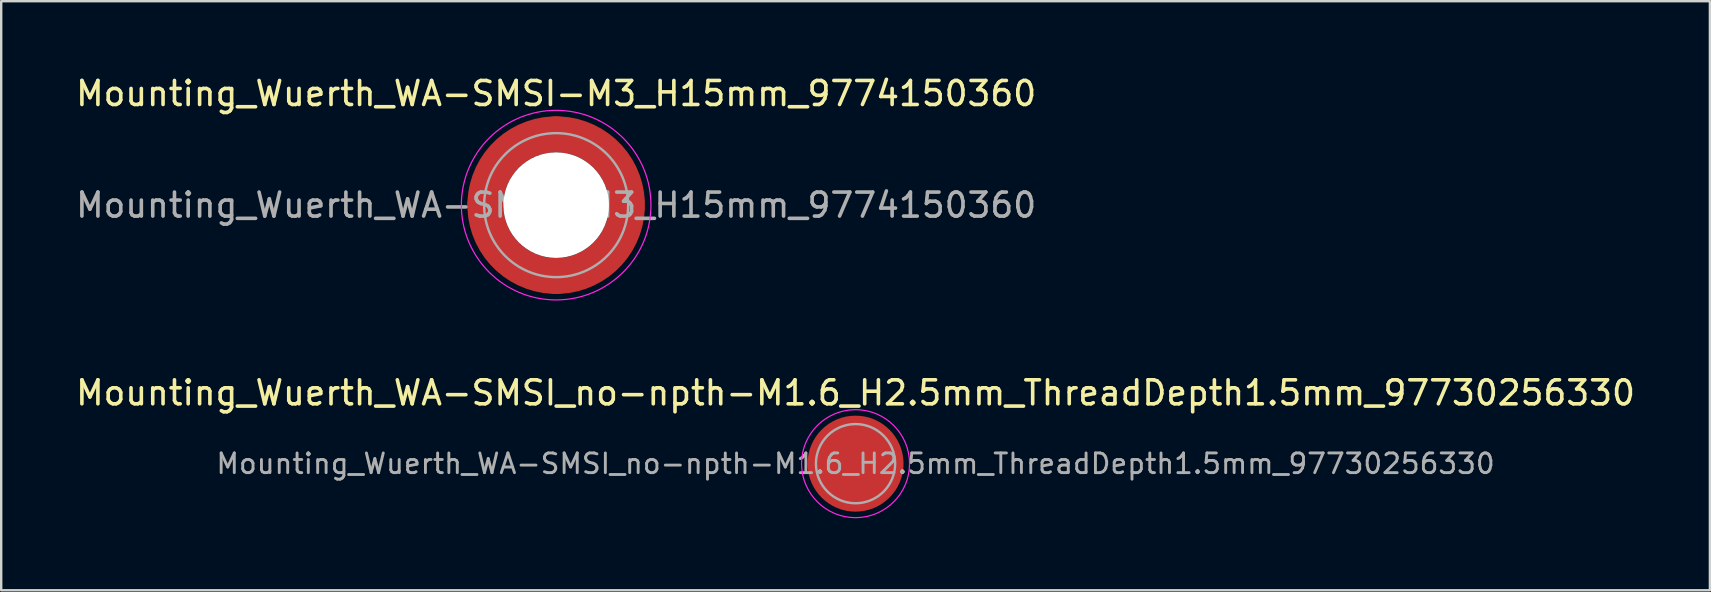
<source format=kicad_pcb>
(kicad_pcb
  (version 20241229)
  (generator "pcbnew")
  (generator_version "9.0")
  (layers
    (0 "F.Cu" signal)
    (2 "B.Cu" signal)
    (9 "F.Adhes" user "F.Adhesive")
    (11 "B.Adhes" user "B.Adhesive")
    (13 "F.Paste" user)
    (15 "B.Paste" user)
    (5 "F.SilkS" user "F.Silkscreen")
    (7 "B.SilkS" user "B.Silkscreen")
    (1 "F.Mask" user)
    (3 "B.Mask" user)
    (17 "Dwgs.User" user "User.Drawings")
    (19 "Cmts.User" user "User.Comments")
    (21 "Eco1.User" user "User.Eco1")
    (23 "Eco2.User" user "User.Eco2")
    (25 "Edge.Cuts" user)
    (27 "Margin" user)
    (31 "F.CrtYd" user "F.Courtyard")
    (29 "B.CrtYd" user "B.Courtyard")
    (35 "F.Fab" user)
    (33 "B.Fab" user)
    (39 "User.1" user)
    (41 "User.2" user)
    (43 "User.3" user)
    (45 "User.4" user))
  (footprint "Mounting_Wuerth_WA-SMSI-M3_H15mm_9774150360"
    (layer "F.Cu")
    (at 20.125 5.498)
    (property "Reference" "Mounting_Wuerth_WA-SMSI-M3_H15mm_9774150360" (at 0 -4.65 0) (layer "F.SilkS") (effects (font (size 1 1) (thickness 0.15))))
    (attr smd)
    (fp_circle (center 0 0) (end 3.95 0) (stroke (width 0.05) (type solid)) (fill no) (layer "F.CrtYd"))
    (fp_circle (center 0 0) (end 3 0) (stroke (width 0.1) (type solid)) (fill no) (layer "F.Fab"))
    (fp_text user "${REFERENCE}" (at 0 0 0) (layer "F.Fab") (effects (font (size 1 1) (thickness 0.15))))
    (pad "" smd custom (at -2.058 -2.058) (size 1.1 1.1) (layers "F.Paste") (options (anchor circle)) (primitives (gr_arc (start -0.377294 1.707681) (mid 0.318198 0.318198) (end 1.707681 -0.377294) (width 0.2)) (gr_arc (start -0.478281 1.707681) (mid 0.247487 0.247487) (end 1.707681 -0.478281) (width 0.2)) (gr_arc (start -0.579192 1.707681) (mid 0.176777 0.176777) (end 1.707681 -0.579192) (width 0.2)) (gr_arc (start -0.680037 1.707681) (mid 0.106066 0.106066) (end 1.707681 -0.680037) (width 0.2)) (gr_arc (start -0.780822 1.707681) (mid 0.035356 0.035356) (end 1.707681 -0.780822) (width 0.2)) (gr_arc (start -0.881554 1.707681) (mid -0.035355 -0.035355) (end 1.707681 -0.881554) (width 0.2)) (gr_arc (start -0.982237 1.707681) (mid -0.106066 -0.106066) (end 1.707681 -0.982237) (width 0.2)) (gr_arc (start -1.082877 1.707681) (mid -0.176777 -0.176777) (end 1.707681 -1.082877) (width 0.2)) (gr_arc (start -1.183476 1.707681) (mid -0.247487 -0.247487) (end 1.707681 -1.183476) (width 0.2)) (gr_arc (start -1.28404 1.707681) (mid -0.318198 -0.318198) (end 1.707681 -1.28404) (width 0.2)) (gr_line (start 1.708 -0.377) (end 1.708 -1.284) (width 0.2)) (gr_line (start -0.377 1.708) (end -1.284 1.708) (width 0.2))))
    (pad "" smd custom (at -2.058 2.058) (size 1.1 1.1) (layers "F.Paste") (options (anchor circle)) (primitives (gr_arc (start 1.707681 0.377294) (mid 0.318198 -0.318198) (end -0.377294 -1.707681) (width 0.2)) (gr_arc (start 1.707681 0.478281) (mid 0.247487 -0.247487) (end -0.478281 -1.707681) (width 0.2)) (gr_arc (start 1.707681 0.579192) (mid 0.176777 -0.176777) (end -0.579192 -1.707681) (width 0.2)) (gr_arc (start 1.707681 0.680037) (mid 0.106066 -0.106066) (end -0.680037 -1.707681) (width 0.2)) (gr_arc (start 1.707681 0.780822) (mid 0.035356 -0.035356) (end -0.780822 -1.707681) (width 0.2)) (gr_arc (start 1.707681 0.881554) (mid -0.035355 0.035355) (end -0.881554 -1.707681) (width 0.2)) (gr_arc (start 1.707681 0.982237) (mid -0.106066 0.106066) (end -0.982237 -1.707681) (width 0.2)) (gr_arc (start 1.707681 1.082877) (mid -0.176777 0.176777) (end -1.082877 -1.707681) (width 0.2)) (gr_arc (start 1.707681 1.183476) (mid -0.247487 0.247487) (end -1.183476 -1.707681) (width 0.2)) (gr_arc (start 1.707681 1.28404) (mid -0.318198 0.318198) (end -1.28404 -1.707681) (width 0.2)) (gr_line (start -0.377 -1.708) (end -1.284 -1.708) (width 0.2)) (gr_line (start 1.708 0.377) (end 1.708 1.284) (width 0.2))))
    (pad "" np_thru_hole circle (at 0 0) (size 4.4 4.4) (drill 4.4) (layers "*.Cu" "*.Mask"))
    (pad "" smd custom (at 2.058 -2.058) (size 1.1 1.1) (layers "F.Paste") (options (anchor circle)) (primitives (gr_arc (start -1.707681 -0.377294) (mid -0.318198 0.318198) (end 0.377294 1.707681) (width 0.2)) (gr_arc (start -1.707681 -0.478281) (mid -0.247487 0.247487) (end 0.478281 1.707681) (width 0.2)) (gr_arc (start -1.707681 -0.579192) (mid -0.176777 0.176777) (end 0.579192 1.707681) (width 0.2)) (gr_arc (start -1.707681 -0.680037) (mid -0.106066 0.106066) (end 0.680037 1.707681) (width 0.2)) (gr_arc (start -1.707681 -0.780822) (mid -0.035356 0.035356) (end 0.780822 1.707681) (width 0.2)) (gr_arc (start -1.707681 -0.881554) (mid 0.035355 -0.035355) (end 0.881554 1.707681) (width 0.2)) (gr_arc (start -1.707681 -0.982237) (mid 0.106066 -0.106066) (end 0.982237 1.707681) (width 0.2)) (gr_arc (start -1.707681 -1.082877) (mid 0.176777 -0.176777) (end 1.082877 1.707681) (width 0.2)) (gr_arc (start -1.707681 -1.183476) (mid 0.247487 -0.247487) (end 1.183476 1.707681) (width 0.2)) (gr_arc (start -1.707681 -1.28404) (mid 0.318198 -0.318198) (end 1.28404 1.707681) (width 0.2)) (gr_line (start 0.377 1.708) (end 1.284 1.708) (width 0.2)) (gr_line (start -1.708 -0.377) (end -1.708 -1.284) (width 0.2))))
    (pad "" smd custom (at 2.058 2.058) (size 1.1 1.1) (layers "F.Paste") (options (anchor circle)) (primitives (gr_arc (start 0.377294 -1.707681) (mid -0.318198 -0.318198) (end -1.707681 0.377294) (width 0.2)) (gr_arc (start 0.478281 -1.707681) (mid -0.247487 -0.247487) (end -1.707681 0.478281) (width 0.2)) (gr_arc (start 0.579192 -1.707681) (mid -0.176777 -0.176777) (end -1.707681 0.579192) (width 0.2)) (gr_arc (start 0.680037 -1.707681) (mid -0.106066 -0.106066) (end -1.707681 0.680037) (width 0.2)) (gr_arc (start 0.780822 -1.707681) (mid -0.035356 -0.035356) (end -1.707681 0.780822) (width 0.2)) (gr_arc (start 0.881554 -1.707681) (mid 0.035355 0.035355) (end -1.707681 0.881554) (width 0.2)) (gr_arc (start 0.982237 -1.707681) (mid 0.106066 0.106066) (end -1.707681 0.982237) (width 0.2)) (gr_arc (start 1.082877 -1.707681) (mid 0.176777 0.176777) (end -1.707681 1.082877) (width 0.2)) (gr_arc (start 1.183476 -1.707681) (mid 0.247487 0.247487) (end -1.707681 1.183476) (width 0.2)) (gr_arc (start 1.28404 -1.707681) (mid 0.318198 0.318198) (end -1.707681 1.28404) (width 0.2)) (gr_line (start -1.708 0.377) (end -1.708 1.284) (width 0.2)) (gr_line (start 0.377 -1.708) (end 1.284 -1.708) (width 0.2))))
    (pad "1" smd circle (at -2.95 0) (size 1.5 1.5) (layers "F.Cu"))
    (pad "1" smd circle (at 0 -2.95) (size 1.5 1.5) (layers "F.Cu"))
    (pad "1" smd circle (at 0 2.95) (size 1.5 1.5) (layers "F.Cu"))
    (pad "1" smd custom (at 2.95 0) (size 1.5 1.5) (layers "F.Cu" "F.Mask") (options (anchor circle)) (primitives (gr_circle (center -2.95 0) (end 0 0) (width 1.5) (fill no)))))
  (footprint "Mounting_Wuerth_WA-SMSI_no-npth-M1.6_H2.5mm_ThreadDepth1.5mm_97730256330"
    (layer "F.Cu")
    (at 32.601 16.271)
    (property "Reference" "Mounting_Wuerth_WA-SMSI_no-npth-M1.6_H2.5mm_ThreadDepth1.5mm_97730256330" (at 0 -2.95 0) (layer "F.SilkS") (effects (font (size 1 1) (thickness 0.15))))
    (attr smd)
    (fp_circle (center 0 0) (end 2.25 0) (stroke (width 0.05) (type solid)) (fill no) (layer "F.CrtYd"))
    (fp_circle (center 0 0) (end 1.65 0) (stroke (width 0.1) (type solid)) (fill no) (layer "F.Fab"))
    (fp_text user "${REFERENCE}" (at 0 0 0) (layer "F.Fab") (effects (font (size 0.82 0.82) (thickness 0.12))))
    (pad "" smd custom (at -0.778 -0.778) (size 0.8 0.8) (layers "F.Paste") (options (anchor circle)) (primitives (gr_arc (start 0.465568 0.527817) (mid 0.494975 0.494974) (end 0.527818 0.465567) (width 0.2)) (gr_arc (start 0.344805 0.527817) (mid 0.424264 0.424264) (end 0.527818 0.344805) (width 0.2)) (gr_arc (start 0.232382 0.527817) (mid 0.353553 0.353553) (end 0.527817 0.232382) (width 0.2)) (gr_arc (start 0.123983 0.527817) (mid 0.282843 0.282842) (end 0.527818 0.123983) (width 0.2)) (gr_arc (start 0.017883 0.527817) (mid 0.212132 0.212132) (end 0.527817 0.017883) (width 0.2)) (gr_arc (start -0.086763 0.527817) (mid 0.141421 0.141421) (end 0.527817 -0.086763) (width 0.2)) (gr_arc (start -0.190428 0.527817) (mid 0.070711 0.070711) (end 0.527817 -0.190428) (width 0.2)) (gr_arc (start -0.293397 0.527817) (mid 0 0) (end 0.527817 -0.293397) (width 0.2)) (gr_arc (start -0.395852 0.527817) (mid -0.070711 -0.070711) (end 0.527817 -0.395852) (width 0.2)) (gr_arc (start -0.497918 0.527817) (mid -0.141422 -0.141422) (end 0.527817 -0.497918) (width 0.2)) (gr_arc (start -0.59968 0.527817) (mid -0.212132 -0.212132) (end 0.527817 -0.59968) (width 0.2)) (gr_arc (start -0.701202 0.527817) (mid -0.282843 -0.282843) (end 0.527817 -0.701202) (width 0.2)) (gr_arc (start -0.802531 0.527817) (mid -0.353554 -0.353554) (end 0.527817 -0.802531) (width 0.2)) (gr_arc (start -0.9037 0.527817) (mid -0.424264 -0.424264) (end 0.527817 -0.9037) (width 0.2)) (gr_arc (start -1.004737 0.527817) (mid -0.494975 -0.494975) (end 0.527817 -1.004737) (width 0.2)) (gr_line (start 0.528 0.466) (end 0.528 -1.005) (width 0.2)) (gr_line (start 0.466 0.528) (end -1.005 0.528) (width 0.2))))
    (pad "" smd custom (at -0.778 0.778) (size 0.8 0.8) (layers "F.Paste") (options (anchor circle)) (primitives (gr_arc (start 0.527817 -0.465568) (mid 0.494974 -0.494975) (end 0.465567 -0.527818) (width 0.2)) (gr_arc (start 0.527817 -0.344805) (mid 0.424264 -0.424264) (end 0.344805 -0.527818) (width 0.2)) (gr_arc (start 0.527817 -0.232382) (mid 0.353553 -0.353553) (end 0.232382 -0.527817) (width 0.2)) (gr_arc (start 0.527817 -0.123983) (mid 0.282842 -0.282843) (end 0.123983 -0.527818) (width 0.2)) (gr_arc (start 0.527817 -0.017883) (mid 0.212132 -0.212132) (end 0.017883 -0.527817) (width 0.2)) (gr_arc (start 0.527817 0.086763) (mid 0.141421 -0.141421) (end -0.086763 -0.527817) (width 0.2)) (gr_arc (start 0.527817 0.190428) (mid 0.070711 -0.070711) (end -0.190428 -0.527817) (width 0.2)) (gr_arc (start 0.527817 0.293397) (mid 0 0) (end -0.293397 -0.527817) (width 0.2)) (gr_arc (start 0.527817 0.395852) (mid -0.070711 0.070711) (end -0.395852 -0.527817) (width 0.2)) (gr_arc (start 0.527817 0.497918) (mid -0.141422 0.141422) (end -0.497918 -0.527817) (width 0.2)) (gr_arc (start 0.527817 0.59968) (mid -0.212132 0.212132) (end -0.59968 -0.527817) (width 0.2)) (gr_arc (start 0.527817 0.701202) (mid -0.282843 0.282843) (end -0.701202 -0.527817) (width 0.2)) (gr_arc (start 0.527817 0.802531) (mid -0.353554 0.353554) (end -0.802531 -0.527817) (width 0.2)) (gr_arc (start 0.527817 0.9037) (mid -0.424264 0.424264) (end -0.9037 -0.527817) (width 0.2)) (gr_arc (start 0.527817 1.004737) (mid -0.494975 0.494975) (end -1.004737 -0.527817) (width 0.2)) (gr_line (start 0.466 -0.528) (end -1.005 -0.528) (width 0.2)) (gr_line (start 0.528 -0.466) (end 0.528 1.005) (width 0.2))))
    (pad "" smd custom (at 0.778 -0.778) (size 0.8 0.8) (layers "F.Paste") (options (anchor circle)) (primitives (gr_arc (start -0.527817 0.465568) (mid -0.494974 0.494975) (end -0.465567 0.527818) (width 0.2)) (gr_arc (start -0.527817 0.344805) (mid -0.424264 0.424264) (end -0.344805 0.527818) (width 0.2)) (gr_arc (start -0.527817 0.232382) (mid -0.353553 0.353553) (end -0.232382 0.527817) (width 0.2)) (gr_arc (start -0.527817 0.123983) (mid -0.282842 0.282843) (end -0.123983 0.527818) (width 0.2)) (gr_arc (start -0.527817 0.017883) (mid -0.212132 0.212132) (end -0.017883 0.527817) (width 0.2)) (gr_arc (start -0.527817 -0.086763) (mid -0.141421 0.141421) (end 0.086763 0.527817) (width 0.2)) (gr_arc (start -0.527817 -0.190428) (mid -0.070711 0.070711) (end 0.190428 0.527817) (width 0.2)) (gr_arc (start -0.527817 -0.293397) (mid 0 0) (end 0.293397 0.527817) (width 0.2)) (gr_arc (start -0.527817 -0.395852) (mid 0.070711 -0.070711) (end 0.395852 0.527817) (width 0.2)) (gr_arc (start -0.527817 -0.497918) (mid 0.141422 -0.141422) (end 0.497918 0.527817) (width 0.2)) (gr_arc (start -0.527817 -0.59968) (mid 0.212132 -0.212132) (end 0.59968 0.527817) (width 0.2)) (gr_arc (start -0.527817 -0.701202) (mid 0.282843 -0.282843) (end 0.701202 0.527817) (width 0.2)) (gr_arc (start -0.527817 -0.802531) (mid 0.353554 -0.353554) (end 0.802531 0.527817) (width 0.2)) (gr_arc (start -0.527817 -0.9037) (mid 0.424264 -0.424264) (end 0.9037 0.527817) (width 0.2)) (gr_arc (start -0.527817 -1.004737) (mid 0.494975 -0.494975) (end 1.004737 0.527817) (width 0.2)) (gr_line (start -0.466 0.528) (end 1.005 0.528) (width 0.2)) (gr_line (start -0.528 0.466) (end -0.528 -1.005) (width 0.2))))
    (pad "" smd custom (at 0.778 0.778) (size 0.8 0.8) (layers "F.Paste") (options (anchor circle)) (primitives (gr_arc (start -0.465568 -0.527817) (mid -0.494975 -0.494974) (end -0.527818 -0.465567) (width 0.2)) (gr_arc (start -0.344805 -0.527817) (mid -0.424264 -0.424264) (end -0.527818 -0.344805) (width 0.2)) (gr_arc (start -0.232382 -0.527817) (mid -0.353553 -0.353553) (end -0.527817 -0.232382) (width 0.2)) (gr_arc (start -0.123983 -0.527817) (mid -0.282843 -0.282842) (end -0.527818 -0.123983) (width 0.2)) (gr_arc (start -0.017883 -0.527817) (mid -0.212132 -0.212132) (end -0.527817 -0.017883) (width 0.2)) (gr_arc (start 0.086763 -0.527817) (mid -0.141421 -0.141421) (end -0.527817 0.086763) (width 0.2)) (gr_arc (start 0.190428 -0.527817) (mid -0.070711 -0.070711) (end -0.527817 0.190428) (width 0.2)) (gr_arc (start 0.293397 -0.527817) (mid 0 0) (end -0.527817 0.293397) (width 0.2)) (gr_arc (start 0.395852 -0.527817) (mid 0.070711 0.070711) (end -0.527817 0.395852) (width 0.2)) (gr_arc (start 0.497918 -0.527817) (mid 0.141422 0.141422) (end -0.527817 0.497918) (width 0.2)) (gr_arc (start 0.59968 -0.527817) (mid 0.212132 0.212132) (end -0.527817 0.59968) (width 0.2)) (gr_arc (start 0.701202 -0.527817) (mid 0.282843 0.282843) (end -0.527817 0.701202) (width 0.2)) (gr_arc (start 0.802531 -0.527817) (mid 0.353554 0.353554) (end -0.527817 0.802531) (width 0.2)) (gr_arc (start 0.9037 -0.527817) (mid 0.424264 0.424264) (end -0.527817 0.9037) (width 0.2)) (gr_arc (start 1.004737 -0.527817) (mid 0.494975 0.494975) (end -0.527817 1.004737) (width 0.2)) (gr_line (start -0.528 -0.466) (end -0.528 1.005) (width 0.2)) (gr_line (start -0.466 -0.528) (end 1.005 -0.528) (width 0.2))))
    (pad "1" smd circle (at 0 0) (size 4 4) (layers "F.Cu" "F.Mask")))
  (gr_rect
    (start -3 -3)
    (end 68.202 21.547)
    (stroke (width 0.1) (type default))
    (fill no)
    (layer "Edge.Cuts")))
</source>
